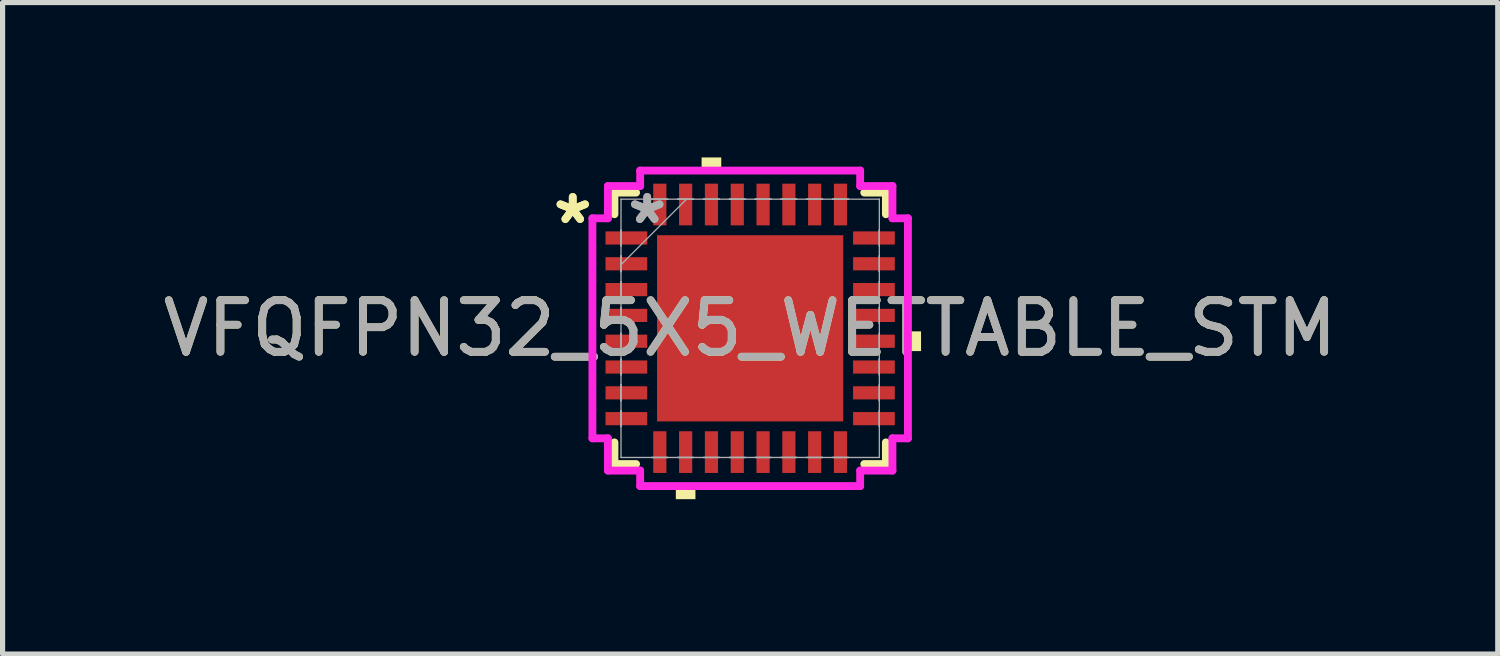
<source format=kicad_pcb>
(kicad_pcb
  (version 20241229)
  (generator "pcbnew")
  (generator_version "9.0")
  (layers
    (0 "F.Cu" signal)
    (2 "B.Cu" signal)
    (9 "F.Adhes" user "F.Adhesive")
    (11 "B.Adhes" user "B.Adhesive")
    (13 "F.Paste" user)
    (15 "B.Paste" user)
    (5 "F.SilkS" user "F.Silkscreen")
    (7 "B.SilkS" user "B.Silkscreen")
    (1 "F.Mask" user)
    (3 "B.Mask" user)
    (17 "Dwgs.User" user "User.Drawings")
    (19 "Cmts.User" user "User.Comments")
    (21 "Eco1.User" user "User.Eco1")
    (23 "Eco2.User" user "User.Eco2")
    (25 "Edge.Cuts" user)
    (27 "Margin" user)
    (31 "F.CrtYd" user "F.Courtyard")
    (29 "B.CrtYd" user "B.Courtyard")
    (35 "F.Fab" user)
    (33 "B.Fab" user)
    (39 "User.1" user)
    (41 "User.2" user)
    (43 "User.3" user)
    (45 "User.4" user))
  (footprint "VFQFPN32_5X5_WETTABLE_STM"
    (layer "F.Cu")
    (at 11.482 3.31)
    (property "Reference" "VFQFPN32_5X5_WETTABLE_STM" (at 0 0 0) (unlocked yes) (layer "F.SilkS") (effects (font (size 1 1) (thickness 0.15))))
    (attr smd)
    (fp_line (start -2.629 -2.629) (end -2.629 -2.21) (stroke (width 0.152) (type solid)) (layer "F.SilkS"))
    (fp_line (start -2.629 2.21) (end -2.629 2.629) (stroke (width 0.152) (type solid)) (layer "F.SilkS"))
    (fp_line (start -2.629 2.629) (end -2.21 2.629) (stroke (width 0.152) (type solid)) (layer "F.SilkS"))
    (fp_line (start -2.21 -2.629) (end -2.629 -2.629) (stroke (width 0.152) (type solid)) (layer "F.SilkS"))
    (fp_line (start 2.21 2.629) (end 2.629 2.629) (stroke (width 0.152) (type solid)) (layer "F.SilkS"))
    (fp_line (start 2.629 -2.629) (end 2.21 -2.629) (stroke (width 0.152) (type solid)) (layer "F.SilkS"))
    (fp_line (start 2.629 -2.21) (end 2.629 -2.629) (stroke (width 0.152) (type solid)) (layer "F.SilkS"))
    (fp_line (start 2.629 2.629) (end 2.629 2.21) (stroke (width 0.152) (type solid)) (layer "F.SilkS"))
    (fp_poly (pts (xy -1.44 3.056) (xy -1.44 3.31) (xy -1.06 3.31) (xy -1.06 3.056)) (stroke (width 0) (type solid)) (fill yes) (layer "F.SilkS"))
    (fp_poly (pts (xy -0.941 -3.056) (xy -0.941 -3.31) (xy -0.56 -3.31) (xy -0.56 -3.056)) (stroke (width 0) (type solid)) (fill yes) (layer "F.SilkS"))
    (fp_poly (pts (xy 3.31 0.059) (xy 3.31 0.441) (xy 3.056 0.441) (xy 3.056 0.059)) (stroke (width 0) (type solid)) (fill yes) (layer "F.SilkS"))
    (fp_poly (pts (xy -1.703 -1.703) (xy -1.703 -0.1) (xy -0.1 -0.1) (xy -0.1 -1.703)) (stroke (width 0) (type solid)) (fill yes) (layer "F.Paste"))
    (fp_poly (pts (xy -1.703 0.1) (xy -1.703 1.703) (xy -0.1 1.703) (xy -0.1 0.1)) (stroke (width 0) (type solid)) (fill yes) (layer "F.Paste"))
    (fp_poly (pts (xy 0.1 -1.703) (xy 0.1 -0.1) (xy 1.703 -0.1) (xy 1.703 -1.703)) (stroke (width 0) (type solid)) (fill yes) (layer "F.Paste"))
    (fp_poly (pts (xy 0.1 0.1) (xy 0.1 1.703) (xy 1.703 1.703) (xy 1.703 0.1)) (stroke (width 0) (type solid)) (fill yes) (layer "F.Paste"))
    (fp_line (start -3.056 -2.131) (end -2.756 -2.131) (stroke (width 0.152) (type solid)) (layer "F.CrtYd"))
    (fp_line (start -3.056 2.131) (end -3.056 -2.131) (stroke (width 0.152) (type solid)) (layer "F.CrtYd"))
    (fp_line (start -2.756 -2.756) (end -2.131 -2.756) (stroke (width 0.152) (type solid)) (layer "F.CrtYd"))
    (fp_line (start -2.756 -2.131) (end -2.756 -2.756) (stroke (width 0.152) (type solid)) (layer "F.CrtYd"))
    (fp_line (start -2.756 2.131) (end -3.056 2.131) (stroke (width 0.152) (type solid)) (layer "F.CrtYd"))
    (fp_line (start -2.756 2.756) (end -2.756 2.131) (stroke (width 0.152) (type solid)) (layer "F.CrtYd"))
    (fp_line (start -2.131 -3.056) (end 2.131 -3.056) (stroke (width 0.152) (type solid)) (layer "F.CrtYd"))
    (fp_line (start -2.131 -2.756) (end -2.131 -3.056) (stroke (width 0.152) (type solid)) (layer "F.CrtYd"))
    (fp_line (start -2.131 2.756) (end -2.756 2.756) (stroke (width 0.152) (type solid)) (layer "F.CrtYd"))
    (fp_line (start -2.131 3.056) (end -2.131 2.756) (stroke (width 0.152) (type solid)) (layer "F.CrtYd"))
    (fp_line (start 2.131 -3.056) (end 2.131 -2.756) (stroke (width 0.152) (type solid)) (layer "F.CrtYd"))
    (fp_line (start 2.131 -2.756) (end 2.756 -2.756) (stroke (width 0.152) (type solid)) (layer "F.CrtYd"))
    (fp_line (start 2.131 2.756) (end 2.131 3.056) (stroke (width 0.152) (type solid)) (layer "F.CrtYd"))
    (fp_line (start 2.131 3.056) (end -2.131 3.056) (stroke (width 0.152) (type solid)) (layer "F.CrtYd"))
    (fp_line (start 2.756 -2.756) (end 2.756 -2.131) (stroke (width 0.152) (type solid)) (layer "F.CrtYd"))
    (fp_line (start 2.756 -2.131) (end 3.056 -2.131) (stroke (width 0.152) (type solid)) (layer "F.CrtYd"))
    (fp_line (start 2.756 2.131) (end 2.756 2.756) (stroke (width 0.152) (type solid)) (layer "F.CrtYd"))
    (fp_line (start 2.756 2.756) (end 2.131 2.756) (stroke (width 0.152) (type solid)) (layer "F.CrtYd"))
    (fp_line (start 3.056 -2.131) (end 3.056 2.131) (stroke (width 0.152) (type solid)) (layer "F.CrtYd"))
    (fp_line (start 3.056 2.131) (end 2.756 2.131) (stroke (width 0.152) (type solid)) (layer "F.CrtYd"))
    (fp_line (start -2.502 -2.502) (end -2.502 -2.502) (stroke (width 0.025) (type solid)) (layer "F.Fab"))
    (fp_line (start -2.502 -2.502) (end -2.502 2.502) (stroke (width 0.025) (type solid)) (layer "F.Fab"))
    (fp_line (start -2.502 -1.902) (end -2.502 -1.902) (stroke (width 0.025) (type solid)) (layer "F.Fab"))
    (fp_line (start -2.502 -1.902) (end -2.502 -1.598) (stroke (width 0.025) (type solid)) (layer "F.Fab"))
    (fp_line (start -2.502 -1.598) (end -2.502 -1.902) (stroke (width 0.025) (type solid)) (layer "F.Fab"))
    (fp_line (start -2.502 -1.598) (end -2.502 -1.598) (stroke (width 0.025) (type solid)) (layer "F.Fab"))
    (fp_line (start -2.502 -1.402) (end -2.502 -1.402) (stroke (width 0.025) (type solid)) (layer "F.Fab"))
    (fp_line (start -2.502 -1.402) (end -2.502 -1.098) (stroke (width 0.025) (type solid)) (layer "F.Fab"))
    (fp_line (start -2.502 -1.232) (end -1.232 -2.502) (stroke (width 0.025) (type solid)) (layer "F.Fab"))
    (fp_line (start -2.502 -1.098) (end -2.502 -1.402) (stroke (width 0.025) (type solid)) (layer "F.Fab"))
    (fp_line (start -2.502 -1.098) (end -2.502 -1.098) (stroke (width 0.025) (type solid)) (layer "F.Fab"))
    (fp_line (start -2.502 -0.902) (end -2.502 -0.902) (stroke (width 0.025) (type solid)) (layer "F.Fab"))
    (fp_line (start -2.502 -0.902) (end -2.502 -0.598) (stroke (width 0.025) (type solid)) (layer "F.Fab"))
    (fp_line (start -2.502 -0.598) (end -2.502 -0.902) (stroke (width 0.025) (type solid)) (layer "F.Fab"))
    (fp_line (start -2.502 -0.598) (end -2.502 -0.598) (stroke (width 0.025) (type solid)) (layer "F.Fab"))
    (fp_line (start -2.502 -0.402) (end -2.502 -0.402) (stroke (width 0.025) (type solid)) (layer "F.Fab"))
    (fp_line (start -2.502 -0.402) (end -2.502 -0.098) (stroke (width 0.025) (type solid)) (layer "F.Fab"))
    (fp_line (start -2.502 -0.098) (end -2.502 -0.402) (stroke (width 0.025) (type solid)) (layer "F.Fab"))
    (fp_line (start -2.502 -0.098) (end -2.502 -0.098) (stroke (width 0.025) (type solid)) (layer "F.Fab"))
    (fp_line (start -2.502 0.098) (end -2.502 0.098) (stroke (width 0.025) (type solid)) (layer "F.Fab"))
    (fp_line (start -2.502 0.098) (end -2.502 0.402) (stroke (width 0.025) (type solid)) (layer "F.Fab"))
    (fp_line (start -2.502 0.402) (end -2.502 0.098) (stroke (width 0.025) (type solid)) (layer "F.Fab"))
    (fp_line (start -2.502 0.402) (end -2.502 0.402) (stroke (width 0.025) (type solid)) (layer "F.Fab"))
    (fp_line (start -2.502 0.598) (end -2.502 0.598) (stroke (width 0.025) (type solid)) (layer "F.Fab"))
    (fp_line (start -2.502 0.598) (end -2.502 0.902) (stroke (width 0.025) (type solid)) (layer "F.Fab"))
    (fp_line (start -2.502 0.902) (end -2.502 0.598) (stroke (width 0.025) (type solid)) (layer "F.Fab"))
    (fp_line (start -2.502 0.902) (end -2.502 0.902) (stroke (width 0.025) (type solid)) (layer "F.Fab"))
    (fp_line (start -2.502 1.098) (end -2.502 1.098) (stroke (width 0.025) (type solid)) (layer "F.Fab"))
    (fp_line (start -2.502 1.098) (end -2.502 1.402) (stroke (width 0.025) (type solid)) (layer "F.Fab"))
    (fp_line (start -2.502 1.402) (end -2.502 1.098) (stroke (width 0.025) (type solid)) (layer "F.Fab"))
    (fp_line (start -2.502 1.402) (end -2.502 1.402) (stroke (width 0.025) (type solid)) (layer "F.Fab"))
    (fp_line (start -2.502 1.598) (end -2.502 1.598) (stroke (width 0.025) (type solid)) (layer "F.Fab"))
    (fp_line (start -2.502 1.598) (end -2.502 1.902) (stroke (width 0.025) (type solid)) (layer "F.Fab"))
    (fp_line (start -2.502 1.902) (end -2.502 1.598) (stroke (width 0.025) (type solid)) (layer "F.Fab"))
    (fp_line (start -2.502 1.902) (end -2.502 1.902) (stroke (width 0.025) (type solid)) (layer "F.Fab"))
    (fp_line (start -2.502 2.502) (end -2.502 2.502) (stroke (width 0.025) (type solid)) (layer "F.Fab"))
    (fp_line (start -2.502 2.502) (end 2.502 2.502) (stroke (width 0.025) (type solid)) (layer "F.Fab"))
    (fp_line (start -1.902 -2.502) (end -1.902 -2.502) (stroke (width 0.025) (type solid)) (layer "F.Fab"))
    (fp_line (start -1.902 -2.502) (end -1.598 -2.502) (stroke (width 0.025) (type solid)) (layer "F.Fab"))
    (fp_line (start -1.902 2.502) (end -1.902 2.502) (stroke (width 0.025) (type solid)) (layer "F.Fab"))
    (fp_line (start -1.902 2.502) (end -1.598 2.502) (stroke (width 0.025) (type solid)) (layer "F.Fab"))
    (fp_line (start -1.598 -2.502) (end -1.902 -2.502) (stroke (width 0.025) (type solid)) (layer "F.Fab"))
    (fp_line (start -1.598 -2.502) (end -1.598 -2.502) (stroke (width 0.025) (type solid)) (layer "F.Fab"))
    (fp_line (start -1.598 2.502) (end -1.902 2.502) (stroke (width 0.025) (type solid)) (layer "F.Fab"))
    (fp_line (start -1.598 2.502) (end -1.598 2.502) (stroke (width 0.025) (type solid)) (layer "F.Fab"))
    (fp_line (start -1.402 -2.502) (end -1.402 -2.502) (stroke (width 0.025) (type solid)) (layer "F.Fab"))
    (fp_line (start -1.402 -2.502) (end -1.098 -2.502) (stroke (width 0.025) (type solid)) (layer "F.Fab"))
    (fp_line (start -1.402 2.502) (end -1.402 2.502) (stroke (width 0.025) (type solid)) (layer "F.Fab"))
    (fp_line (start -1.402 2.502) (end -1.098 2.502) (stroke (width 0.025) (type solid)) (layer "F.Fab"))
    (fp_line (start -1.098 -2.502) (end -1.402 -2.502) (stroke (width 0.025) (type solid)) (layer "F.Fab"))
    (fp_line (start -1.098 -2.502) (end -1.098 -2.502) (stroke (width 0.025) (type solid)) (layer "F.Fab"))
    (fp_line (start -1.098 2.502) (end -1.402 2.502) (stroke (width 0.025) (type solid)) (layer "F.Fab"))
    (fp_line (start -1.098 2.502) (end -1.098 2.502) (stroke (width 0.025) (type solid)) (layer "F.Fab"))
    (fp_line (start -0.902 -2.502) (end -0.902 -2.502) (stroke (width 0.025) (type solid)) (layer "F.Fab"))
    (fp_line (start -0.902 -2.502) (end -0.598 -2.502) (stroke (width 0.025) (type solid)) (layer "F.Fab"))
    (fp_line (start -0.902 2.502) (end -0.902 2.502) (stroke (width 0.025) (type solid)) (layer "F.Fab"))
    (fp_line (start -0.902 2.502) (end -0.598 2.502) (stroke (width 0.025) (type solid)) (layer "F.Fab"))
    (fp_line (start -0.598 -2.502) (end -0.902 -2.502) (stroke (width 0.025) (type solid)) (layer "F.Fab"))
    (fp_line (start -0.598 -2.502) (end -0.598 -2.502) (stroke (width 0.025) (type solid)) (layer "F.Fab"))
    (fp_line (start -0.598 2.502) (end -0.902 2.502) (stroke (width 0.025) (type solid)) (layer "F.Fab"))
    (fp_line (start -0.598 2.502) (end -0.598 2.502) (stroke (width 0.025) (type solid)) (layer "F.Fab"))
    (fp_line (start -0.402 -2.502) (end -0.402 -2.502) (stroke (width 0.025) (type solid)) (layer "F.Fab"))
    (fp_line (start -0.402 -2.502) (end -0.098 -2.502) (stroke (width 0.025) (type solid)) (layer "F.Fab"))
    (fp_line (start -0.402 2.502) (end -0.402 2.502) (stroke (width 0.025) (type solid)) (layer "F.Fab"))
    (fp_line (start -0.402 2.502) (end -0.098 2.502) (stroke (width 0.025) (type solid)) (layer "F.Fab"))
    (fp_line (start -0.098 -2.502) (end -0.402 -2.502) (stroke (width 0.025) (type solid)) (layer "F.Fab"))
    (fp_line (start -0.098 -2.502) (end -0.098 -2.502) (stroke (width 0.025) (type solid)) (layer "F.Fab"))
    (fp_line (start -0.098 2.502) (end -0.402 2.502) (stroke (width 0.025) (type solid)) (layer "F.Fab"))
    (fp_line (start -0.098 2.502) (end -0.098 2.502) (stroke (width 0.025) (type solid)) (layer "F.Fab"))
    (fp_line (start 0.098 -2.502) (end 0.098 -2.502) (stroke (width 0.025) (type solid)) (layer "F.Fab"))
    (fp_line (start 0.098 -2.502) (end 0.402 -2.502) (stroke (width 0.025) (type solid)) (layer "F.Fab"))
    (fp_line (start 0.098 2.502) (end 0.098 2.502) (stroke (width 0.025) (type solid)) (layer "F.Fab"))
    (fp_line (start 0.098 2.502) (end 0.402 2.502) (stroke (width 0.025) (type solid)) (layer "F.Fab"))
    (fp_line (start 0.402 -2.502) (end 0.098 -2.502) (stroke (width 0.025) (type solid)) (layer "F.Fab"))
    (fp_line (start 0.402 -2.502) (end 0.402 -2.502) (stroke (width 0.025) (type solid)) (layer "F.Fab"))
    (fp_line (start 0.402 2.502) (end 0.098 2.502) (stroke (width 0.025) (type solid)) (layer "F.Fab"))
    (fp_line (start 0.402 2.502) (end 0.402 2.502) (stroke (width 0.025) (type solid)) (layer "F.Fab"))
    (fp_line (start 0.598 -2.502) (end 0.598 -2.502) (stroke (width 0.025) (type solid)) (layer "F.Fab"))
    (fp_line (start 0.598 -2.502) (end 0.902 -2.502) (stroke (width 0.025) (type solid)) (layer "F.Fab"))
    (fp_line (start 0.598 2.502) (end 0.598 2.502) (stroke (width 0.025) (type solid)) (layer "F.Fab"))
    (fp_line (start 0.598 2.502) (end 0.902 2.502) (stroke (width 0.025) (type solid)) (layer "F.Fab"))
    (fp_line (start 0.902 -2.502) (end 0.598 -2.502) (stroke (width 0.025) (type solid)) (layer "F.Fab"))
    (fp_line (start 0.902 -2.502) (end 0.902 -2.502) (stroke (width 0.025) (type solid)) (layer "F.Fab"))
    (fp_line (start 0.902 2.502) (end 0.598 2.502) (stroke (width 0.025) (type solid)) (layer "F.Fab"))
    (fp_line (start 0.902 2.502) (end 0.902 2.502) (stroke (width 0.025) (type solid)) (layer "F.Fab"))
    (fp_line (start 1.098 -2.502) (end 1.098 -2.502) (stroke (width 0.025) (type solid)) (layer "F.Fab"))
    (fp_line (start 1.098 -2.502) (end 1.402 -2.502) (stroke (width 0.025) (type solid)) (layer "F.Fab"))
    (fp_line (start 1.098 2.502) (end 1.098 2.502) (stroke (width 0.025) (type solid)) (layer "F.Fab"))
    (fp_line (start 1.098 2.502) (end 1.402 2.502) (stroke (width 0.025) (type solid)) (layer "F.Fab"))
    (fp_line (start 1.402 -2.502) (end 1.098 -2.502) (stroke (width 0.025) (type solid)) (layer "F.Fab"))
    (fp_line (start 1.402 -2.502) (end 1.402 -2.502) (stroke (width 0.025) (type solid)) (layer "F.Fab"))
    (fp_line (start 1.402 2.502) (end 1.098 2.502) (stroke (width 0.025) (type solid)) (layer "F.Fab"))
    (fp_line (start 1.402 2.502) (end 1.402 2.502) (stroke (width 0.025) (type solid)) (layer "F.Fab"))
    (fp_line (start 1.598 -2.502) (end 1.598 -2.502) (stroke (width 0.025) (type solid)) (layer "F.Fab"))
    (fp_line (start 1.598 -2.502) (end 1.902 -2.502) (stroke (width 0.025) (type solid)) (layer "F.Fab"))
    (fp_line (start 1.598 2.502) (end 1.598 2.502) (stroke (width 0.025) (type solid)) (layer "F.Fab"))
    (fp_line (start 1.598 2.502) (end 1.902 2.502) (stroke (width 0.025) (type solid)) (layer "F.Fab"))
    (fp_line (start 1.902 -2.502) (end 1.598 -2.502) (stroke (width 0.025) (type solid)) (layer "F.Fab"))
    (fp_line (start 1.902 -2.502) (end 1.902 -2.502) (stroke (width 0.025) (type solid)) (layer "F.Fab"))
    (fp_line (start 1.902 2.502) (end 1.598 2.502) (stroke (width 0.025) (type solid)) (layer "F.Fab"))
    (fp_line (start 1.902 2.502) (end 1.902 2.502) (stroke (width 0.025) (type solid)) (layer "F.Fab"))
    (fp_line (start 2.502 -2.502) (end -2.502 -2.502) (stroke (width 0.025) (type solid)) (layer "F.Fab"))
    (fp_line (start 2.502 -2.502) (end 2.502 -2.502) (stroke (width 0.025) (type solid)) (layer "F.Fab"))
    (fp_line (start 2.502 -1.902) (end 2.502 -1.902) (stroke (width 0.025) (type solid)) (layer "F.Fab"))
    (fp_line (start 2.502 -1.902) (end 2.502 -1.598) (stroke (width 0.025) (type solid)) (layer "F.Fab"))
    (fp_line (start 2.502 -1.598) (end 2.502 -1.902) (stroke (width 0.025) (type solid)) (layer "F.Fab"))
    (fp_line (start 2.502 -1.598) (end 2.502 -1.598) (stroke (width 0.025) (type solid)) (layer "F.Fab"))
    (fp_line (start 2.502 -1.402) (end 2.502 -1.402) (stroke (width 0.025) (type solid)) (layer "F.Fab"))
    (fp_line (start 2.502 -1.402) (end 2.502 -1.098) (stroke (width 0.025) (type solid)) (layer "F.Fab"))
    (fp_line (start 2.502 -1.098) (end 2.502 -1.402) (stroke (width 0.025) (type solid)) (layer "F.Fab"))
    (fp_line (start 2.502 -1.098) (end 2.502 -1.098) (stroke (width 0.025) (type solid)) (layer "F.Fab"))
    (fp_line (start 2.502 -0.902) (end 2.502 -0.902) (stroke (width 0.025) (type solid)) (layer "F.Fab"))
    (fp_line (start 2.502 -0.902) (end 2.502 -0.598) (stroke (width 0.025) (type solid)) (layer "F.Fab"))
    (fp_line (start 2.502 -0.598) (end 2.502 -0.902) (stroke (width 0.025) (type solid)) (layer "F.Fab"))
    (fp_line (start 2.502 -0.598) (end 2.502 -0.598) (stroke (width 0.025) (type solid)) (layer "F.Fab"))
    (fp_line (start 2.502 -0.402) (end 2.502 -0.402) (stroke (width 0.025) (type solid)) (layer "F.Fab"))
    (fp_line (start 2.502 -0.402) (end 2.502 -0.098) (stroke (width 0.025) (type solid)) (layer "F.Fab"))
    (fp_line (start 2.502 -0.098) (end 2.502 -0.402) (stroke (width 0.025) (type solid)) (layer "F.Fab"))
    (fp_line (start 2.502 -0.098) (end 2.502 -0.098) (stroke (width 0.025) (type solid)) (layer "F.Fab"))
    (fp_line (start 2.502 0.098) (end 2.502 0.098) (stroke (width 0.025) (type solid)) (layer "F.Fab"))
    (fp_line (start 2.502 0.098) (end 2.502 0.402) (stroke (width 0.025) (type solid)) (layer "F.Fab"))
    (fp_line (start 2.502 0.402) (end 2.502 0.098) (stroke (width 0.025) (type solid)) (layer "F.Fab"))
    (fp_line (start 2.502 0.402) (end 2.502 0.402) (stroke (width 0.025) (type solid)) (layer "F.Fab"))
    (fp_line (start 2.502 0.598) (end 2.502 0.598) (stroke (width 0.025) (type solid)) (layer "F.Fab"))
    (fp_line (start 2.502 0.598) (end 2.502 0.902) (stroke (width 0.025) (type solid)) (layer "F.Fab"))
    (fp_line (start 2.502 0.902) (end 2.502 0.598) (stroke (width 0.025) (type solid)) (layer "F.Fab"))
    (fp_line (start 2.502 0.902) (end 2.502 0.902) (stroke (width 0.025) (type solid)) (layer "F.Fab"))
    (fp_line (start 2.502 1.098) (end 2.502 1.098) (stroke (width 0.025) (type solid)) (layer "F.Fab"))
    (fp_line (start 2.502 1.098) (end 2.502 1.402) (stroke (width 0.025) (type solid)) (layer "F.Fab"))
    (fp_line (start 2.502 1.402) (end 2.502 1.098) (stroke (width 0.025) (type solid)) (layer "F.Fab"))
    (fp_line (start 2.502 1.402) (end 2.502 1.402) (stroke (width 0.025) (type solid)) (layer "F.Fab"))
    (fp_line (start 2.502 1.598) (end 2.502 1.598) (stroke (width 0.025) (type solid)) (layer "F.Fab"))
    (fp_line (start 2.502 1.598) (end 2.502 1.902) (stroke (width 0.025) (type solid)) (layer "F.Fab"))
    (fp_line (start 2.502 1.902) (end 2.502 1.598) (stroke (width 0.025) (type solid)) (layer "F.Fab"))
    (fp_line (start 2.502 1.902) (end 2.502 1.902) (stroke (width 0.025) (type solid)) (layer "F.Fab"))
    (fp_line (start 2.502 2.502) (end 2.502 -2.502) (stroke (width 0.025) (type solid)) (layer "F.Fab"))
    (fp_line (start 2.502 2.502) (end 2.502 2.502) (stroke (width 0.025) (type solid)) (layer "F.Fab"))
    (fp_text user "*" (at -3.437 -2 0) (unlocked yes) (layer "F.SilkS") (effects (font (size 1 1) (thickness 0.15))))
    (fp_text user "*" (at -3.437 -2 0) (layer "F.SilkS") (effects (font (size 1 1) (thickness 0.15))))
    (fp_text user "${REFERENCE}" (at 0 0 0) (unlocked yes) (layer "F.Fab") (effects (font (size 1 1) (thickness 0.15))))
    (fp_text user "*" (at -1.994 -2 0) (unlocked yes) (layer "F.Fab") (effects (font (size 1 1) (thickness 0.15))))
    (fp_text user "*" (at -1.994 -2 0) (layer "F.Fab") (effects (font (size 1 1) (thickness 0.15))))
    (pad "1" smd rect (at -2.398 -1.75 90) (size 0.255 0.808) (layers "F.Cu" "F.Mask" "F.Paste"))
    (pad "2" smd rect (at -2.398 -1.25 90) (size 0.255 0.808) (layers "F.Cu" "F.Mask" "F.Paste"))
    (pad "3" smd rect (at -2.398 -0.75 90) (size 0.255 0.808) (layers "F.Cu" "F.Mask" "F.Paste"))
    (pad "4" smd rect (at -2.398 -0.25 90) (size 0.255 0.808) (layers "F.Cu" "F.Mask" "F.Paste"))
    (pad "5" smd rect (at -2.398 0.25 90) (size 0.255 0.808) (layers "F.Cu" "F.Mask" "F.Paste"))
    (pad "6" smd rect (at -2.398 0.75 90) (size 0.255 0.808) (layers "F.Cu" "F.Mask" "F.Paste"))
    (pad "7" smd rect (at -2.398 1.25 90) (size 0.255 0.808) (layers "F.Cu" "F.Mask" "F.Paste"))
    (pad "8" smd rect (at -2.398 1.75 90) (size 0.255 0.808) (layers "F.Cu" "F.Mask" "F.Paste"))
    (pad "9" smd rect (at -1.75 2.398) (size 0.255 0.808) (layers "F.Cu" "F.Mask" "F.Paste"))
    (pad "10" smd rect (at -1.25 2.398) (size 0.255 0.808) (layers "F.Cu" "F.Mask" "F.Paste"))
    (pad "11" smd rect (at -0.75 2.398) (size 0.255 0.808) (layers "F.Cu" "F.Mask" "F.Paste"))
    (pad "12" smd rect (at -0.25 2.398) (size 0.255 0.808) (layers "F.Cu" "F.Mask" "F.Paste"))
    (pad "13" smd rect (at 0.25 2.398) (size 0.255 0.808) (layers "F.Cu" "F.Mask" "F.Paste"))
    (pad "14" smd rect (at 0.75 2.398) (size 0.255 0.808) (layers "F.Cu" "F.Mask" "F.Paste"))
    (pad "15" smd rect (at 1.25 2.398) (size 0.255 0.808) (layers "F.Cu" "F.Mask" "F.Paste"))
    (pad "16" smd rect (at 1.75 2.398) (size 0.255 0.808) (layers "F.Cu" "F.Mask" "F.Paste"))
    (pad "17" smd rect (at 2.398 1.75 90) (size 0.255 0.808) (layers "F.Cu" "F.Mask" "F.Paste"))
    (pad "18" smd rect (at 2.398 1.25 90) (size 0.255 0.808) (layers "F.Cu" "F.Mask" "F.Paste"))
    (pad "19" smd rect (at 2.398 0.75 90) (size 0.255 0.808) (layers "F.Cu" "F.Mask" "F.Paste"))
    (pad "20" smd rect (at 2.398 0.25 90) (size 0.255 0.808) (layers "F.Cu" "F.Mask" "F.Paste"))
    (pad "21" smd rect (at 2.398 -0.25 90) (size 0.255 0.808) (layers "F.Cu" "F.Mask" "F.Paste"))
    (pad "22" smd rect (at 2.398 -0.75 90) (size 0.255 0.808) (layers "F.Cu" "F.Mask" "F.Paste"))
    (pad "23" smd rect (at 2.398 -1.25 90) (size 0.255 0.808) (layers "F.Cu" "F.Mask" "F.Paste"))
    (pad "24" smd rect (at 2.398 -1.75 90) (size 0.255 0.808) (layers "F.Cu" "F.Mask" "F.Paste"))
    (pad "25" smd rect (at 1.75 -2.398) (size 0.255 0.808) (layers "F.Cu" "F.Mask" "F.Paste"))
    (pad "26" smd rect (at 1.25 -2.398) (size 0.255 0.808) (layers "F.Cu" "F.Mask" "F.Paste"))
    (pad "27" smd rect (at 0.75 -2.398) (size 0.255 0.808) (layers "F.Cu" "F.Mask" "F.Paste"))
    (pad "28" smd rect (at 0.25 -2.398) (size 0.255 0.808) (layers "F.Cu" "F.Mask" "F.Paste"))
    (pad "29" smd rect (at -0.25 -2.398) (size 0.255 0.808) (layers "F.Cu" "F.Mask" "F.Paste"))
    (pad "30" smd rect (at -0.75 -2.398) (size 0.255 0.808) (layers "F.Cu" "F.Mask" "F.Paste"))
    (pad "31" smd rect (at -1.25 -2.398) (size 0.255 0.808) (layers "F.Cu" "F.Mask" "F.Paste"))
    (pad "32" smd rect (at -1.75 -2.398) (size 0.255 0.808) (layers "F.Cu" "F.Mask" "F.Paste"))
    (pad "33" smd rect (at 0 0) (size 3.607 3.607) (layers "F.Cu" "F.Mask")))
  (gr_rect
    (start -3 -3)
    (end 25.964 9.62)
    (stroke (width 0.1) (type default))
    (fill no)
    (layer "Edge.Cuts")))
</source>
